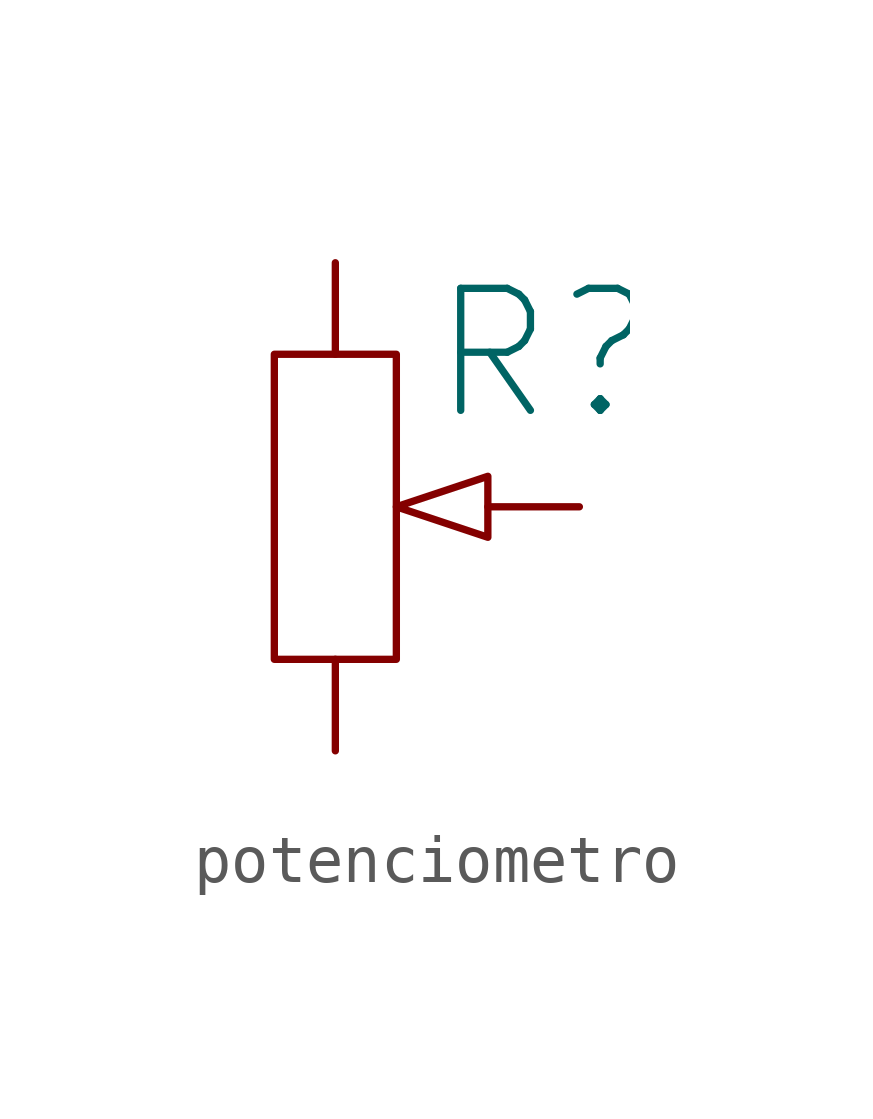
<source format=kicad_sym>
(kicad_symbol_lib
  (version 20231120)
  (generator "kicad_symbol_editor")
  (generator_version "8.0")
  (symbol "potenciometro"
    (pin_names
      (offset 1.016))
    (property "Reference" "R"
      (at 1.905 -1.905 0)
      (effects (font (size 2.54 2.54)) (justify left)))
    (symbol "potenciometro_0_1"
      (rectangle (start -1.27 -1.905) (end 1.27 -8.255) (stroke (width 0) (type default)) (fill (type none)))
      (polyline (pts (xy 1.27 -5.08) (xy 3.175 -4.445) (xy 3.175 -5.715) (xy 1.27 -5.08)) (stroke (width 0) (type default)) (fill (type none))))
    (symbol "potenciometro_1_1"
      (pin input line (at 0 -10.16 90) (length 1.905) (name "" (effects (font (size 1.27 1.27)))) (number "" (effects (font (size 1.143 1.143)))))
      (pin input line (at 0 0 270) (length 1.905) (name "" (effects (font (size 1.27 1.27)))) (number "" (effects (font (size 1.143 1.143)))))
      (pin input line (at 5.08 -5.08 180) (length 1.905) (name "" (effects (font (size 1.27 1.27)))) (number "" (effects (font (size 1.143 1.143))))))))
</source>
